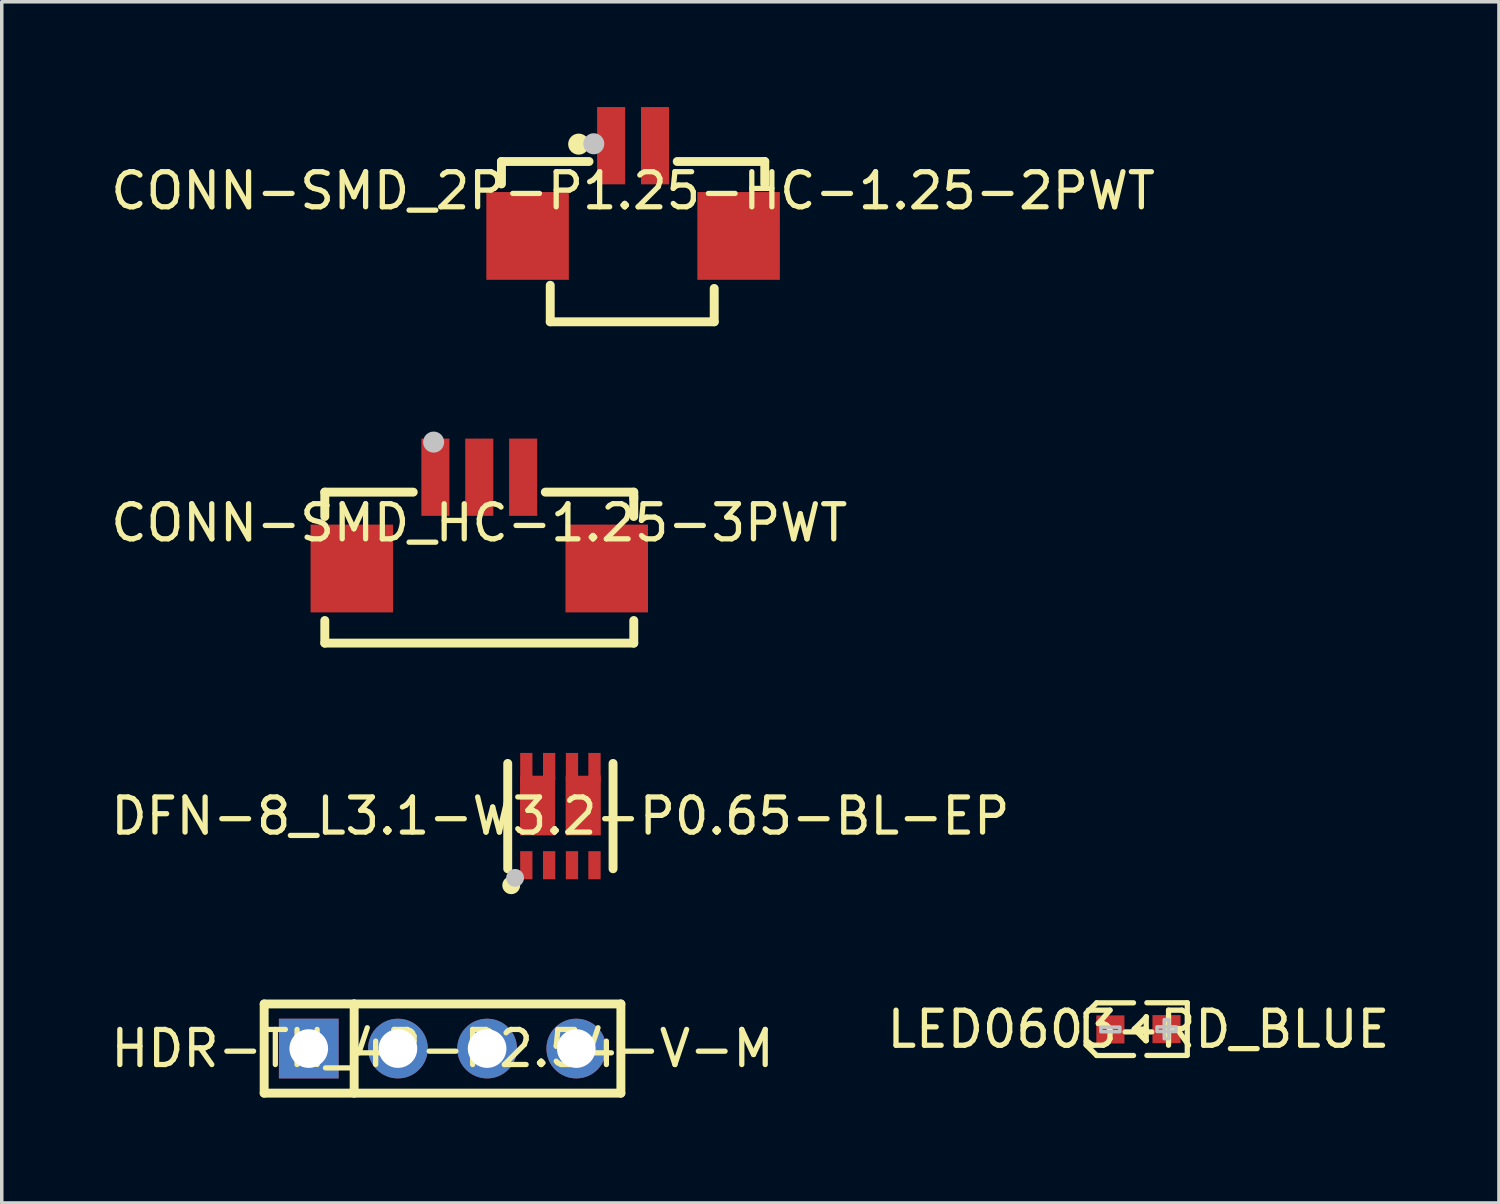
<source format=kicad_pcb>
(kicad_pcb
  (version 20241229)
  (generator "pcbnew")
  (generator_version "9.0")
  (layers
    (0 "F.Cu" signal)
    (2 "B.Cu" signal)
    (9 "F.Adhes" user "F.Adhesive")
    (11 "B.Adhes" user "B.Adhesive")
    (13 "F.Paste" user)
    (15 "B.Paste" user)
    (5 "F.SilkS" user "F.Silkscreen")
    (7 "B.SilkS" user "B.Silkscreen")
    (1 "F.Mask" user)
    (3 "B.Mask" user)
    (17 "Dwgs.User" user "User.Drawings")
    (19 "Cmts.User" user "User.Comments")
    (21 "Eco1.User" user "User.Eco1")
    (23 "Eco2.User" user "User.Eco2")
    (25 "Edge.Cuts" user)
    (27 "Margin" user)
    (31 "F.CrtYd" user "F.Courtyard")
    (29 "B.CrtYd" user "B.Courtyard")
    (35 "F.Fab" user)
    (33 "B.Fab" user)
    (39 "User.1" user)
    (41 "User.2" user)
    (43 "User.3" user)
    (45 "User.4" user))
  (footprint "CONN-SMD_2P-P1.25-HC-1.25-2PWT"
    (layer "F.Cu")
    (at 14.982 2.385)
    (property "Reference" "CONN-SMD_2P-P1.25-HC-1.25-2PWT" (at 0 0 0) (layer "F.SilkS") (effects (font (size 1 1) (thickness 0.15))))
    (fp_line (start -3.75 -0.835) (end -3.75 -0.196) (stroke (width 0.254) (type default)) (layer "F.SilkS"))
    (fp_line (start -2.36 2.69) (end -2.36 3.73) (stroke (width 0.254) (type default)) (layer "F.SilkS"))
    (fp_line (start -2.36 3.73) (end 2.31 3.73) (stroke (width 0.254) (type default)) (layer "F.SilkS"))
    (fp_line (start -1.256 -0.835) (end -3.75 -0.835) (stroke (width 0.254) (type default)) (layer "F.SilkS"))
    (fp_line (start 2.31 3.73) (end 2.31 2.78) (stroke (width 0.254) (type default)) (layer "F.SilkS"))
    (fp_line (start 3.75 -0.835) (end 1.256 -0.835) (stroke (width 0.254) (type default)) (layer "F.SilkS"))
    (fp_line (start 3.75 -0.196) (end 3.75 -0.835) (stroke (width 0.254) (type default)) (layer "F.SilkS"))
    (fp_circle (center -1.55 -1.33) (end -1.4 -1.33) (stroke (width 0.3) (type default)) (fill no) (layer "F.SilkS"))
    (fp_circle (center -1.12 -1.34) (end -0.97 -1.34) (stroke (width 0.3) (type default)) (fill no) (layer "Dwgs.User"))
    (fp_poly (pts (xy -0.775 -1.65) (xy -0.475 -1.65) (xy -0.475 -0.45) (xy -0.775 -0.45)) (stroke (width 0.1) (type default)) (fill no) (layer "User.1"))
    (fp_poly (pts (xy 0.47 -1.65) (xy 0.77 -1.65) (xy 0.77 -0.45) (xy 0.47 -0.45)) (stroke (width 0.1) (type default)) (fill no) (layer "User.1"))
    (fp_poly (pts (xy -1.87 2.26) (xy -1.87 0.26) (xy -3.61 0.26) (xy -3.75 0.4) (xy -3.75 2.26)) (stroke (width 0.1) (type default)) (fill no) (layer "User.1"))
    (fp_poly (pts (xy 1.87 2.25) (xy 1.87 0.25) (xy 3.56 0.25) (xy 3.7 0.4) (xy 3.75 0.4) (xy 3.75 2.25)) (stroke (width 0.1) (type default)) (fill no) (layer "User.1"))
    (fp_line (start -3.75 0.4) (end -3.75 2.25) (stroke (width 0.051) (type default)) (layer "User.2"))
    (fp_line (start -3.75 2.25) (end -2.2 2.25) (stroke (width 0.051) (type default)) (layer "User.2"))
    (fp_line (start -2.8 -0.55) (end -3.75 0.4) (stroke (width 0.051) (type default)) (layer "User.2"))
    (fp_line (start -2.2 2.25) (end -2.2 3.6) (stroke (width 0.051) (type default)) (layer "User.2"))
    (fp_line (start -2.2 3.6) (end 2.2 3.6) (stroke (width 0.051) (type default)) (layer "User.2"))
    (fp_line (start 2.2 2.25) (end 3.75 2.25) (stroke (width 0.051) (type default)) (layer "User.2"))
    (fp_line (start 2.2 3.6) (end 2.2 2.25) (stroke (width 0.051) (type default)) (layer "User.2"))
    (fp_line (start 2.75 -0.55) (end -2.8 -0.55) (stroke (width 0.051) (type default)) (layer "User.2"))
    (fp_line (start 3.75 0.4) (end 2.75 -0.55) (stroke (width 0.051) (type default)) (layer "User.2"))
    (fp_line (start 3.75 2.25) (end 3.75 0.4) (stroke (width 0.051) (type default)) (layer "User.2"))
    (fp_poly (pts (xy -3.695 -1.643) (xy -3.727 -1.675) (xy -3.773 -1.675) (xy -3.805 -1.643) (xy -3.805 -1.597) (xy -3.773 -1.565) (xy -3.727 -1.565) (xy -3.695 -1.597)) (stroke (width 0.1) (type default)) (fill no) (layer "User.3"))
    (pad "1" smd rect (at -0.625 -1.285) (size 0.8 2.2) (layers "F.Cu" "F.Mask" "F.Paste"))
    (pad "2" smd rect (at 0.625 -1.285) (size 0.8 2.2) (layers "F.Cu" "F.Mask" "F.Paste"))
    (pad "3" smd rect (at -3.005 1.285 270) (size 2.5 2.35) (layers "F.Cu" "F.Mask" "F.Paste"))
    (pad "4" smd rect (at 3.005 1.285 90) (size 2.5 2.35) (layers "F.Cu" "F.Mask" "F.Paste")))
  (footprint "LED0603-RD_BLUE"
    (layer "F.Cu")
    (at 29.375 26.266)
    (property "Reference" "LED0603-RD_BLUE" (at 0 0 0) (layer "F.SilkS") (effects (font (size 1 1) (thickness 0.15))))
    (fp_line (start -1.49 -0.455) (end -1.19 -0.754) (stroke (width 0.15) (type default)) (layer "F.SilkS"))
    (fp_line (start -1.49 -0.354) (end -1.49 -0.455) (stroke (width 0.15) (type default)) (layer "F.SilkS"))
    (fp_line (start -1.49 -0.354) (end -1.49 0.346) (stroke (width 0.15) (type default)) (layer "F.SilkS"))
    (fp_line (start -1.49 0.346) (end -1.49 0.446) (stroke (width 0.15) (type default)) (layer "F.SilkS"))
    (fp_line (start -1.49 0.446) (end -1.19 0.746) (stroke (width 0.15) (type default)) (layer "F.SilkS"))
    (fp_line (start -0.14 -0.754) (end -1.19 -0.754) (stroke (width 0.15) (type default)) (layer "F.SilkS"))
    (fp_line (start -0.14 0.746) (end -1.19 0.746) (stroke (width 0.15) (type default)) (layer "F.SilkS"))
    (fp_line (start 0.21 0.324) (end -0.119 -0.006) (stroke (width 0.15) (type default)) (layer "F.SilkS"))
    (fp_line (start 0.221 -0.356) (end 0.221 -0.346) (stroke (width 0.15) (type default)) (layer "F.SilkS"))
    (fp_line (start 0.221 -0.356) (end 0.221 0.324) (stroke (width 0.15) (type default)) (layer "F.SilkS"))
    (fp_line (start 0.221 -0.346) (end -0.119 -0.006) (stroke (width 0.15) (type default)) (layer "F.SilkS"))
    (fp_line (start 0.221 -0.006) (end -0.119 -0.006) (stroke (width 0.15) (type default)) (layer "F.SilkS"))
    (fp_line (start 0.221 0.324) (end 0.21 0.324) (stroke (width 0.15) (type default)) (layer "F.SilkS"))
    (fp_line (start 0.24 -0.756) (end 1.391 -0.756) (stroke (width 0.15) (type default)) (layer "F.SilkS"))
    (fp_line (start 0.24 0.744) (end 1.391 0.744) (stroke (width 0.15) (type default)) (layer "F.SilkS"))
    (fp_line (start 1.391 -0.756) (end 1.391 0.724) (stroke (width 0.15) (type default)) (layer "F.SilkS"))
    (fp_poly (pts (xy -1.07 -0.061) (xy -0.53 -0.061) (xy -0.53 0.069) (xy -1.07 0.069)) (stroke (width 0.1) (type default)) (fill no) (layer "Dwgs.User"))
    (fp_poly (pts (xy 0.529 -0.069) (xy 1.069 -0.069) (xy 1.069 0.061) (xy 0.529 0.061)) (stroke (width 0.1) (type default)) (fill no) (layer "Dwgs.User"))
    (fp_poly (pts (xy 0.735 0.267) (xy 0.735 -0.273) (xy 0.865 -0.273) (xy 0.865 0.267)) (stroke (width 0.1) (type default)) (fill no) (layer "Dwgs.User"))
    (fp_poly (pts (xy -0.799 0.404) (xy -0.799 -0.397) (xy -0.499 -0.397) (xy -0.499 0.404)) (stroke (width 0.1) (type default)) (fill no) (layer "User.1"))
    (fp_poly (pts (xy 0.5 0.397) (xy 0.5 -0.404) (xy 0.8 -0.404) (xy 0.8 0.397)) (stroke (width 0.1) (type default)) (fill no) (layer "User.1"))
    (fp_line (start -0.799 -0.4) (end 0.8 -0.4) (stroke (width 0.051) (type default)) (layer "User.2"))
    (fp_line (start -0.799 0.4) (end -0.799 -0.4) (stroke (width 0.051) (type default)) (layer "User.2"))
    (fp_line (start 0.8 -0.4) (end 0.8 0.4) (stroke (width 0.051) (type default)) (layer "User.2"))
    (fp_line (start 0.8 0.4) (end -0.799 0.4) (stroke (width 0.051) (type default)) (layer "User.2"))
    (fp_poly (pts (xy -0.744 0.381) (xy -0.777 0.348) (xy -0.822 0.348) (xy -0.855 0.381) (xy -0.855 0.426) (xy -0.822 0.459) (xy -0.777 0.459) (xy -0.744 0.426)) (stroke (width 0.1) (type default)) (fill no) (layer "User.3"))
    (pad "1" smd rect (at -0.799 0.004 90) (size 0.8 0.8) (layers "F.Cu" "F.Mask" "F.Paste"))
    (pad "2" smd rect (at 0.799 -0.004 90) (size 0.8 0.8) (layers "F.Cu" "F.Mask" "F.Paste")))
  (footprint "DFN-8_L3.1-W3.2-P0.65-BL-EP"
    (layer "F.Cu")
    (at 12.911 20.194)
    (property "Reference" "DFN-8_L3.1-W3.2-P0.65-BL-EP" (at 0 0 0) (layer "F.SilkS") (effects (font (size 1 1) (thickness 0.15))))
    (fp_line (start -1.5 1.5) (end -1.5 -1.5) (stroke (width 0.254) (type default)) (layer "F.SilkS"))
    (fp_line (start 1.5 1.5) (end 1.5 -1.5) (stroke (width 0.254) (type default)) (layer "F.SilkS"))
    (fp_circle (center -1.4 1.97) (end -1.273 1.97) (stroke (width 0.254) (type default)) (fill no) (layer "F.SilkS"))
    (fp_poly (pts (xy -1.145 1.8) (xy -1.145 0.999) (xy -0.795 0.999) (xy -0.795 1.8)) (stroke (width 0) (type default)) (fill yes) (layer "F.Paste"))
    (fp_poly (pts (xy -0.495 1.8) (xy -0.495 0.999) (xy -0.144 0.999) (xy -0.144 1.8)) (stroke (width 0) (type default)) (fill yes) (layer "F.Paste"))
    (fp_poly (pts (xy 0.155 1.8) (xy 0.155 0.999) (xy 0.505 0.999) (xy 0.505 1.8)) (stroke (width 0) (type default)) (fill yes) (layer "F.Paste"))
    (fp_poly (pts (xy 0.795 1.8) (xy 0.795 0.999) (xy 1.145 0.999) (xy 1.145 1.8)) (stroke (width 0) (type default)) (fill yes) (layer "F.Paste"))
    (fp_poly (pts (xy -0.15 0.55) (xy -0.15 -1.8) (xy -0.51 -1.8) (xy -0.51 -1.15) (xy -0.8 -1.15) (xy -0.8 -1.8) (xy -1.15 -1.8) (xy -1.15 0.55) (xy -0.8 0.55)) (stroke (width 0) (type default)) (fill yes) (layer "F.Paste"))
    (fp_poly (pts (xy 1.15 0.55) (xy 1.15 -1.8) (xy 0.79 -1.8) (xy 0.79 -1.15) (xy 0.5 -1.15) (xy 0.5 -1.8) (xy 0.15 -1.8) (xy 0.15 0.55) (xy 0.5 0.55)) (stroke (width 0) (type default)) (fill yes) (layer "F.Paste"))
    (fp_circle (center -1.29 1.76) (end -1.163 1.76) (stroke (width 0.254) (type default)) (fill no) (layer "Dwgs.User"))
    (fp_poly (pts (xy -1.12 0.5) (xy -1.12 -1.2) (xy -0.17 -1.2) (xy -0.17 0.5)) (stroke (width 0.1) (type default)) (fill no) (layer "User.1"))
    (fp_poly (pts (xy -0.821 -1.599) (xy -0.821 -1.2) (xy -1.121 -1.2) (xy -1.121 -1.599)) (stroke (width 0.1) (type default)) (fill no) (layer "User.1"))
    (fp_poly (pts (xy -0.821 1.2) (xy -0.821 1.599) (xy -1.121 1.599) (xy -1.121 1.2)) (stroke (width 0.1) (type default)) (fill no) (layer "User.1"))
    (fp_poly (pts (xy -0.17 -1.599) (xy -0.17 -1.2) (xy -0.47 -1.2) (xy -0.47 -1.599)) (stroke (width 0.1) (type default)) (fill no) (layer "User.1"))
    (fp_poly (pts (xy -0.17 1.2) (xy -0.17 1.599) (xy -0.47 1.599) (xy -0.47 1.2)) (stroke (width 0.1) (type default)) (fill no) (layer "User.1"))
    (fp_poly (pts (xy 0.171 0.5) (xy 0.171 -1.2) (xy 1.121 -1.2) (xy 1.121 0.5)) (stroke (width 0.1) (type default)) (fill no) (layer "User.1"))
    (fp_poly (pts (xy 0.48 -1.599) (xy 0.48 -1.2) (xy 0.18 -1.2) (xy 0.18 -1.599)) (stroke (width 0.1) (type default)) (fill no) (layer "User.1"))
    (fp_poly (pts (xy 0.48 1.2) (xy 0.48 1.599) (xy 0.18 1.599) (xy 0.18 1.2)) (stroke (width 0.1) (type default)) (fill no) (layer "User.1"))
    (fp_poly (pts (xy 1.121 -1.599) (xy 1.121 -1.2) (xy 0.821 -1.2) (xy 0.821 -1.599)) (stroke (width 0.1) (type default)) (fill no) (layer "User.1"))
    (fp_poly (pts (xy 1.121 1.2) (xy 1.121 1.599) (xy 0.821 1.599) (xy 0.821 1.2)) (stroke (width 0.1) (type default)) (fill no) (layer "User.1"))
    (fp_line (start -1.5 -1.5) (end 1.5 -1.5) (stroke (width 0.051) (type default)) (layer "User.2"))
    (fp_line (start -1.5 1.5) (end -1.5 -1.5) (stroke (width 0.051) (type default)) (layer "User.2"))
    (fp_line (start 1.5 -1.5) (end 1.5 1.5) (stroke (width 0.051) (type default)) (layer "User.2"))
    (fp_line (start 1.5 1.5) (end -1.5 1.5) (stroke (width 0.051) (type default)) (layer "User.2"))
    (fp_poly (pts (xy -1.445 1.577) (xy -1.477 1.544) (xy -1.523 1.544) (xy -1.555 1.577) (xy -1.555 1.622) (xy -1.523 1.655) (xy -1.477 1.655) (xy -1.445 1.622)) (stroke (width 0.1) (type default)) (fill no) (layer "User.3"))
    (pad "1" smd rect (at -0.971 1.399 90) (size 0.8 0.35) (layers "F.Cu" "F.Mask" "F.Paste"))
    (pad "2" smd rect (at -0.32 1.399 90) (size 0.8 0.35) (layers "F.Cu" "F.Mask" "F.Paste"))
    (pad "3" smd rect (at 0.33 1.399 90) (size 0.8 0.35) (layers "F.Cu" "F.Mask" "F.Paste"))
    (pad "4" smd rect (at 0.971 1.399 90) (size 0.8 0.35) (layers "F.Cu" "F.Mask" "F.Paste"))
    (pad "5" smd rect (at 0.971 -1.399 90) (size 0.8 0.35) (layers "F.Cu" "F.Mask" "F.Paste"))
    (pad "6" smd rect (at 0.33 -1.399 90) (size 0.8 0.35) (layers "F.Cu" "F.Mask" "F.Paste"))
    (pad "6" smd rect (at 0.65 -0.3 90) (size 1.7 1) (layers "F.Cu" "F.Mask" "F.Paste"))
    (pad "7" smd rect (at -0.32 -1.399 90) (size 0.8 0.35) (layers "F.Cu" "F.Mask" "F.Paste"))
    (pad "8" smd rect (at -0.971 -1.399 90) (size 0.8 0.35) (layers "F.Cu" "F.Mask" "F.Paste"))
    (pad "8" smd rect (at -0.65 -0.3 90) (size 1.7 1) (layers "F.Cu" "F.Mask" "F.Paste")))
  (footprint "CONN-SMD_HC-1.25-3PWT"
    (layer "F.Cu")
    (at 10.601 11.842)
    (property "Reference" "CONN-SMD_HC-1.25-3PWT" (at 0 0 0) (layer "F.SilkS") (effects (font (size 1 1) (thickness 0.15))))
    (fp_line (start -4.4 -0.875) (end -1.881 -0.875) (stroke (width 0.254) (type default)) (layer "F.SilkS"))
    (fp_line (start -4.4 -0.181) (end -4.4 -0.875) (stroke (width 0.254) (type default)) (layer "F.SilkS"))
    (fp_line (start -4.4 3.425) (end -4.4 2.781) (stroke (width 0.254) (type default)) (layer "F.SilkS"))
    (fp_line (start 1.881 -0.875) (end 4.4 -0.875) (stroke (width 0.254) (type default)) (layer "F.SilkS"))
    (fp_line (start 4.4 -0.875) (end 4.4 -0.675) (stroke (width 0.254) (type default)) (layer "F.SilkS"))
    (fp_line (start 4.4 -0.775) (end 4.4 -0.181) (stroke (width 0.254) (type default)) (layer "F.SilkS"))
    (fp_line (start 4.4 2.781) (end 4.4 3.425) (stroke (width 0.254) (type default)) (layer "F.SilkS"))
    (fp_line (start 4.4 3.425) (end -4.4 3.425) (stroke (width 0.254) (type default)) (layer "F.SilkS"))
    (fp_circle (center -1.3 -2.3) (end -1.15 -2.3) (stroke (width 0.3) (type default)) (fill no) (layer "Dwgs.User"))
    (fp_poly (pts (xy -4.4 0.45) (xy -2.7 0.45) (xy -2.7 2.15) (xy -4.4 2.15)) (stroke (width 0.1) (type default)) (fill no) (layer "User.1"))
    (fp_poly (pts (xy -1.4 -1.825) (xy -1.1 -1.825) (xy -1.1 -0.625) (xy -1.4 -0.625)) (stroke (width 0.1) (type default)) (fill no) (layer "User.1"))
    (fp_poly (pts (xy -0.15 -1.825) (xy 0.15 -1.825) (xy 0.15 -0.625) (xy -0.15 -0.625)) (stroke (width 0.1) (type default)) (fill no) (layer "User.1"))
    (fp_poly (pts (xy 1.1 -1.825) (xy 1.4 -1.825) (xy 1.4 -0.625) (xy 1.1 -0.625)) (stroke (width 0.1) (type default)) (fill no) (layer "User.1"))
    (fp_poly (pts (xy 2.7 0.45) (xy 4.4 0.45) (xy 4.4 2.15) (xy 2.7 2.15)) (stroke (width 0.1) (type default)) (fill no) (layer "User.1"))
    (fp_line (start -4.4 -0.825) (end 4.4 -0.825) (stroke (width 0.051) (type default)) (layer "User.2"))
    (fp_line (start -4.4 3.425) (end -4.4 -0.825) (stroke (width 0.051) (type default)) (layer "User.2"))
    (fp_line (start 4.4 -0.825) (end 4.4 3.425) (stroke (width 0.051) (type default)) (layer "User.2"))
    (fp_line (start 4.4 3.425) (end -4.4 3.425) (stroke (width 0.051) (type default)) (layer "User.2"))
    (fp_poly (pts (xy -4.345 -1.848) (xy -4.377 -1.88) (xy -4.423 -1.88) (xy -4.455 -1.848) (xy -4.455 -1.802) (xy -4.423 -1.77) (xy -4.377 -1.77) (xy -4.345 -1.802)) (stroke (width 0.1) (type default)) (fill no) (layer "User.3"))
    (pad "1" smd rect (at -1.25 -1.3) (size 0.8 2.2) (layers "F.Cu" "F.Mask" "F.Paste"))
    (pad "2" smd rect (at 0 -1.3) (size 0.8 2.2) (layers "F.Cu" "F.Mask" "F.Paste"))
    (pad "3" smd rect (at 1.25 -1.3) (size 0.8 2.2) (layers "F.Cu" "F.Mask" "F.Paste"))
    (pad "4" smd rect (at -3.63 1.3) (size 2.35 2.5) (layers "F.Cu" "F.Mask" "F.Paste"))
    (pad "5" smd rect (at 3.63 1.3) (size 2.35 2.5) (layers "F.Cu" "F.Mask" "F.Paste")))
  (footprint "HDR-TH_4P-P2.54-V-M"
    (layer "F.Cu")
    (at 9.554 26.815)
    (property "Reference" "HDR-TH_4P-P2.54-V-M" (at 0 0 0) (layer "F.SilkS") (effects (font (size 1 1) (thickness 0.15))))
    (fp_line (start -5.08 -1.27) (end -2.517 -1.27) (stroke (width 0.254) (type default)) (layer "F.SilkS"))
    (fp_line (start -5.08 1.27) (end -5.08 -1.27) (stroke (width 0.254) (type default)) (layer "F.SilkS"))
    (fp_line (start -2.517 -1.27) (end -2.517 1.27) (stroke (width 0.254) (type default)) (layer "F.SilkS"))
    (fp_line (start -2.517 -1.27) (end 5.08 -1.27) (stroke (width 0.254) (type default)) (layer "F.SilkS"))
    (fp_line (start 5.08 -1.27) (end 5.08 1.27) (stroke (width 0.254) (type default)) (layer "F.SilkS"))
    (fp_line (start 5.08 1.27) (end -5.08 1.27) (stroke (width 0.254) (type default)) (layer "F.SilkS"))
    (fp_poly (pts (xy -4.13 -0.32) (xy -3.49 -0.32) (xy -3.49 0.32) (xy -4.13 0.32)) (stroke (width 0.1) (type default)) (fill no) (layer "User.1"))
    (fp_poly (pts (xy -1.59 -0.32) (xy -0.95 -0.32) (xy -0.95 0.32) (xy -1.59 0.32)) (stroke (width 0.1) (type default)) (fill no) (layer "User.1"))
    (fp_poly (pts (xy 0.95 -0.32) (xy 1.59 -0.32) (xy 1.59 0.32) (xy 0.95 0.32)) (stroke (width 0.1) (type default)) (fill no) (layer "User.1"))
    (fp_poly (pts (xy 3.49 -0.32) (xy 4.13 -0.32) (xy 4.13 0.32) (xy 3.49 0.32)) (stroke (width 0.1) (type default)) (fill no) (layer "User.1"))
    (fp_line (start -5.08 -1.25) (end 5.08 -1.25) (stroke (width 0.051) (type default)) (layer "User.2"))
    (fp_line (start -5.08 1.25) (end -5.08 -1.25) (stroke (width 0.051) (type default)) (layer "User.2"))
    (fp_line (start 5.08 -1.25) (end 5.08 1.25) (stroke (width 0.051) (type default)) (layer "User.2"))
    (fp_line (start 5.08 1.25) (end -5.08 1.25) (stroke (width 0.051) (type default)) (layer "User.2"))
    (fp_poly (pts (xy -5.025 1.227) (xy -5.057 1.195) (xy -5.103 1.195) (xy -5.135 1.227) (xy -5.135 1.273) (xy -5.103 1.305) (xy -5.057 1.305) (xy -5.025 1.273)) (stroke (width 0.1) (type default)) (fill no) (layer "User.3"))
    (pad "1" thru_hole rect (at -3.81 0) (size 1.7 1.7) (drill 1.1) (layers "*.Cu" "*.Mask"))
    (pad "2" thru_hole circle (at -1.27 0) (size 1.7 1.7) (drill 1.1) (layers "*.Cu" "*.Mask"))
    (pad "3" thru_hole circle (at 1.27 0) (size 1.7 1.7) (drill 1.1) (layers "*.Cu" "*.Mask"))
    (pad "4" thru_hole circle (at 3.81 0) (size 1.7 1.7) (drill 1.1) (layers "*.Cu" "*.Mask")))
  (gr_rect
    (start -3 -3)
    (end 39.643 31.212)
    (stroke (width 0.1) (type default))
    (fill no)
    (layer "Edge.Cuts")))
</source>
